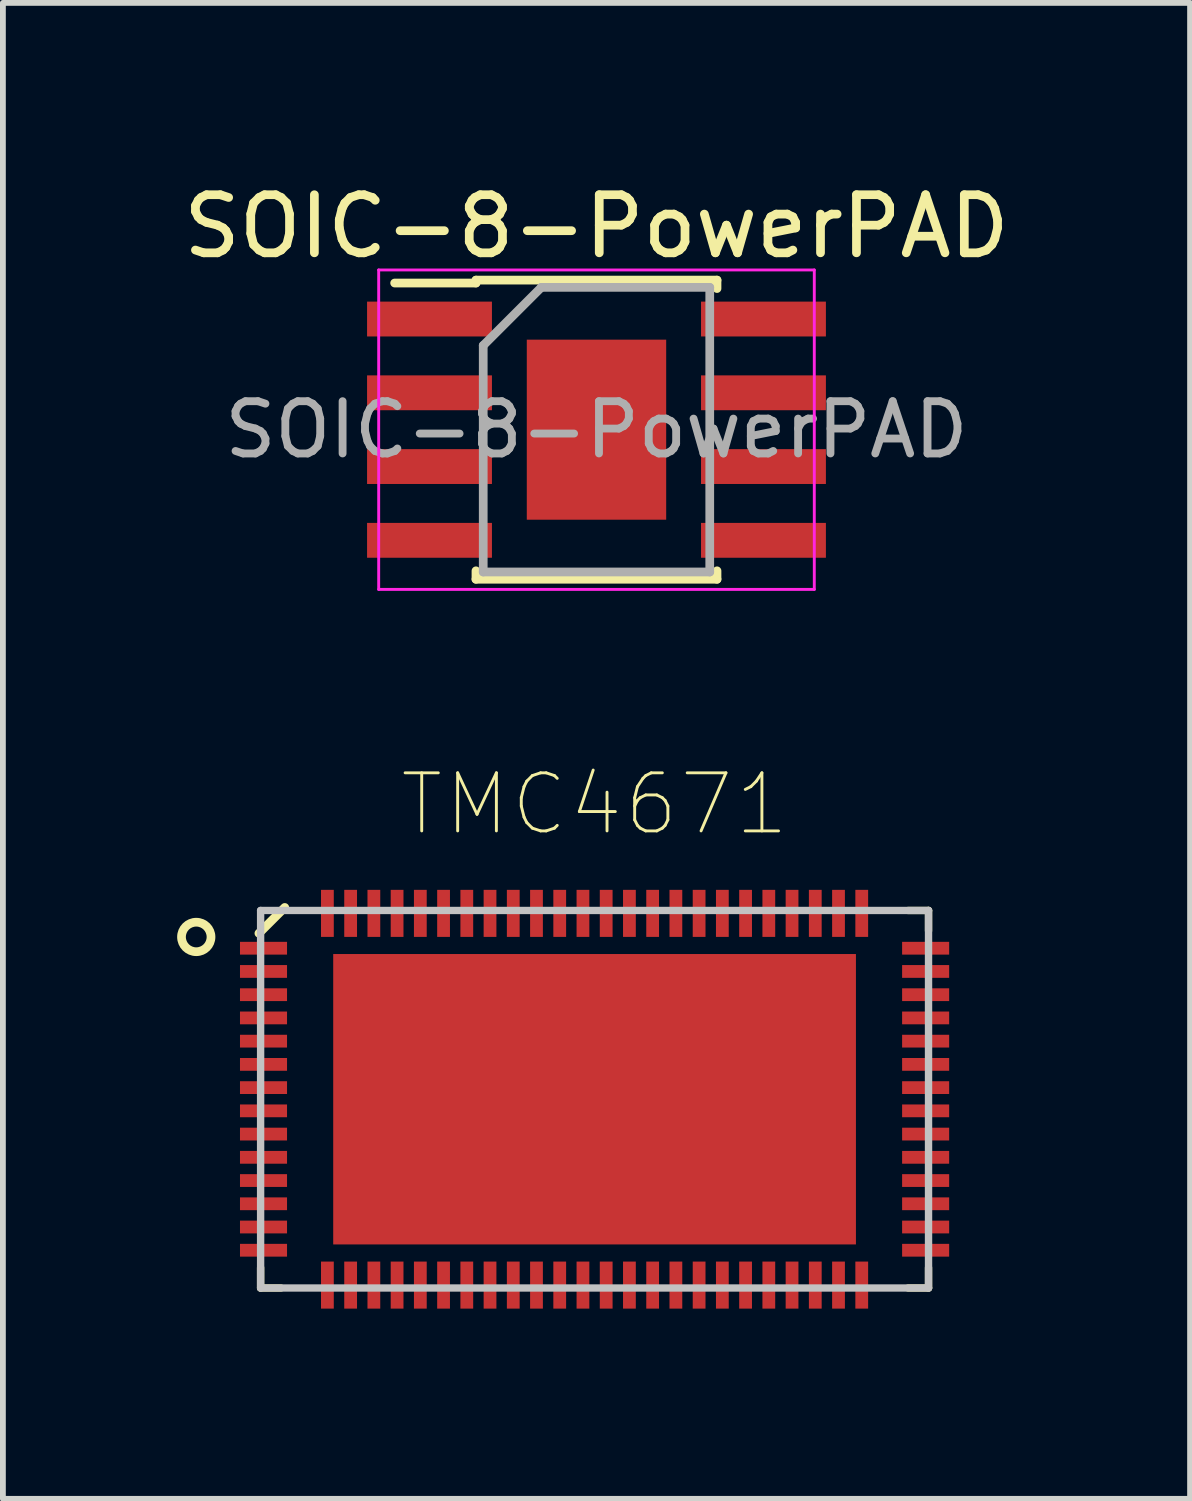
<source format=kicad_pcb>
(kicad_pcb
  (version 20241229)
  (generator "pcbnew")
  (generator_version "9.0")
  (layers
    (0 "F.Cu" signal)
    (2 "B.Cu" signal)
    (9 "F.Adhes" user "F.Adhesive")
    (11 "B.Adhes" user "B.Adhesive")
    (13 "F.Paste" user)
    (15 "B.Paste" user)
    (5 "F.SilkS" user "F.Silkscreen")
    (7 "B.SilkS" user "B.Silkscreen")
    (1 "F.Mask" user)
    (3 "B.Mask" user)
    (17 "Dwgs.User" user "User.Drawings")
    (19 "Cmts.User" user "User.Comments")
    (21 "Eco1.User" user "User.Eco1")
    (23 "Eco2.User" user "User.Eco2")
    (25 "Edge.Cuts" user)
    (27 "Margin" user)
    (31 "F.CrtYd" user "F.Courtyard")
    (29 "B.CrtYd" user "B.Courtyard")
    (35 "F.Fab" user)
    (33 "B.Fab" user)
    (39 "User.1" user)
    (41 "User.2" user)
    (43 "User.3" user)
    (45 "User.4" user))
  (footprint "TMC4671"
    (layer "F.Cu")
    (at 7.187 15.876)
    (property "Reference" "TMC4671" (at 0 -5.08 0) (layer "F.SilkS") (effects (font (size 1 1) (thickness 0.05))))
    (attr smd)
    (fp_line (start -5.779 -2.857) (end -5.334 -3.302) (stroke (width 0.15) (type solid)) (layer "F.SilkS"))
    (fp_line (start -5.75 3.25) (end -5.75 2.9) (stroke (width 0.127) (type solid)) (layer "F.SilkS"))
    (fp_line (start -5.75 3.25) (end -5.4 3.25) (stroke (width 0.127) (type solid)) (layer "F.SilkS"))
    (fp_line (start 5.75 -3.25) (end 5.4 -3.25) (stroke (width 0.127) (type solid)) (layer "F.SilkS"))
    (fp_line (start 5.75 -3.25) (end 5.75 -2.9) (stroke (width 0.127) (type solid)) (layer "F.SilkS"))
    (fp_line (start 5.75 3.25) (end 5.4 3.25) (stroke (width 0.127) (type solid)) (layer "F.SilkS"))
    (fp_line (start 5.75 3.25) (end 5.75 2.9) (stroke (width 0.127) (type solid)) (layer "F.SilkS"))
    (fp_circle (center -6.858 -2.794) (end -6.604 -2.794) (stroke (width 0.15) (type solid)) (fill no) (layer "F.SilkS"))
    (fp_poly (pts (xy -3.92 -0.32) (xy -3.92 -2.18) (xy -0.58 -2.18) (xy -0.58 -0.32)) (stroke (width 0) (type solid)) (fill yes) (layer "F.Paste"))
    (fp_poly (pts (xy -3.92 2.18) (xy -3.92 0.32) (xy -0.58 0.32) (xy -0.58 2.18)) (stroke (width 0) (type solid)) (fill yes) (layer "F.Paste"))
    (fp_poly (pts (xy 0.58 -0.32) (xy 0.58 -2.18) (xy 3.92 -2.18) (xy 3.92 -0.32)) (stroke (width 0) (type solid)) (fill yes) (layer "F.Paste"))
    (fp_poly (pts (xy 0.58 2.18) (xy 0.58 0.32) (xy 3.92 0.32) (xy 3.92 2.18)) (stroke (width 0) (type solid)) (fill yes) (layer "F.Paste"))
    (fp_line (start -5.75 -3.25) (end -5.75 3.25) (stroke (width 0.127) (type solid)) (layer "Dwgs.User"))
    (fp_line (start 5.75 -3.25) (end -5.75 -3.25) (stroke (width 0.127) (type solid)) (layer "Dwgs.User"))
    (fp_line (start 5.75 -3.25) (end 5.75 3.25) (stroke (width 0.127) (type solid)) (layer "Dwgs.User"))
    (fp_line (start 5.75 3.25) (end -5.75 3.25) (stroke (width 0.127) (type solid)) (layer "Dwgs.User"))
    (fp_line (start -6.355 3.855) (end -6.355 -3.855) (stroke (width 0.05) (type solid)) (layer "Eco1.User"))
    (fp_line (start 6.355 -3.855) (end -6.355 -3.855) (stroke (width 0.05) (type solid)) (layer "Eco1.User"))
    (fp_line (start 6.355 3.855) (end -6.355 3.855) (stroke (width 0.05) (type solid)) (layer "Eco1.User"))
    (fp_line (start 6.355 3.855) (end 6.355 -3.855) (stroke (width 0.05) (type solid)) (layer "Eco1.User"))
    (pad "0" smd rect (at 0 0 90) (size 5 9) (layers "F.Cu" "F.Mask" "F.Paste"))
    (pad "1" smd rect (at -5.7 -2.6 180) (size 0.81 0.22) (layers "F.Cu" "F.Mask" "F.Paste"))
    (pad "2" smd rect (at -5.7 -2.2 180) (size 0.81 0.22) (layers "F.Cu" "F.Mask" "F.Paste"))
    (pad "3" smd rect (at -5.7 -1.8 180) (size 0.81 0.22) (layers "F.Cu" "F.Mask" "F.Paste"))
    (pad "4" smd rect (at -5.7 -1.4 180) (size 0.81 0.22) (layers "F.Cu" "F.Mask" "F.Paste"))
    (pad "5" smd rect (at -5.7 -1 180) (size 0.81 0.22) (layers "F.Cu" "F.Mask" "F.Paste"))
    (pad "6" smd rect (at -5.7 -0.6 180) (size 0.81 0.22) (layers "F.Cu" "F.Mask" "F.Paste"))
    (pad "7" smd rect (at -5.7 -0.2 180) (size 0.81 0.22) (layers "F.Cu" "F.Mask" "F.Paste"))
    (pad "8" smd rect (at -5.7 0.2 180) (size 0.81 0.22) (layers "F.Cu" "F.Mask" "F.Paste"))
    (pad "9" smd rect (at -5.7 0.6 180) (size 0.81 0.22) (layers "F.Cu" "F.Mask" "F.Paste"))
    (pad "10" smd rect (at -5.7 1 180) (size 0.81 0.22) (layers "F.Cu" "F.Mask" "F.Paste"))
    (pad "11" smd rect (at -5.7 1.4 180) (size 0.81 0.22) (layers "F.Cu" "F.Mask" "F.Paste"))
    (pad "12" smd rect (at -5.7 1.8 180) (size 0.81 0.22) (layers "F.Cu" "F.Mask" "F.Paste"))
    (pad "13" smd rect (at -5.7 2.2 180) (size 0.81 0.22) (layers "F.Cu" "F.Mask" "F.Paste"))
    (pad "14" smd rect (at -5.7 2.6 180) (size 0.81 0.22) (layers "F.Cu" "F.Mask" "F.Paste"))
    (pad "15" smd rect (at -4.6 3.2 90) (size 0.81 0.22) (layers "F.Cu" "F.Mask" "F.Paste"))
    (pad "16" smd rect (at -4.2 3.2 90) (size 0.81 0.22) (layers "F.Cu" "F.Mask" "F.Paste"))
    (pad "17" smd rect (at -3.8 3.2 90) (size 0.81 0.22) (layers "F.Cu" "F.Mask" "F.Paste"))
    (pad "18" smd rect (at -3.4 3.2 90) (size 0.81 0.22) (layers "F.Cu" "F.Mask" "F.Paste"))
    (pad "19" smd rect (at -3 3.2 90) (size 0.81 0.22) (layers "F.Cu" "F.Mask" "F.Paste"))
    (pad "20" smd rect (at -2.6 3.2 90) (size 0.81 0.22) (layers "F.Cu" "F.Mask" "F.Paste"))
    (pad "21" smd rect (at -2.2 3.2 90) (size 0.81 0.22) (layers "F.Cu" "F.Mask" "F.Paste"))
    (pad "22" smd rect (at -1.8 3.2 90) (size 0.81 0.22) (layers "F.Cu" "F.Mask" "F.Paste"))
    (pad "23" smd rect (at -1.4 3.2 90) (size 0.81 0.22) (layers "F.Cu" "F.Mask" "F.Paste"))
    (pad "24" smd rect (at -1 3.2 90) (size 0.81 0.22) (layers "F.Cu" "F.Mask" "F.Paste"))
    (pad "25" smd rect (at -0.6 3.2 90) (size 0.81 0.22) (layers "F.Cu" "F.Mask" "F.Paste"))
    (pad "26" smd rect (at -0.2 3.2 90) (size 0.81 0.22) (layers "F.Cu" "F.Mask" "F.Paste"))
    (pad "27" smd rect (at 0.2 3.2 90) (size 0.81 0.22) (layers "F.Cu" "F.Mask" "F.Paste"))
    (pad "28" smd rect (at 0.6 3.2 90) (size 0.81 0.22) (layers "F.Cu" "F.Mask" "F.Paste"))
    (pad "29" smd rect (at 1 3.2 90) (size 0.81 0.22) (layers "F.Cu" "F.Mask" "F.Paste"))
    (pad "30" smd rect (at 1.4 3.2 90) (size 0.81 0.22) (layers "F.Cu" "F.Mask" "F.Paste"))
    (pad "31" smd rect (at 1.8 3.2 90) (size 0.81 0.22) (layers "F.Cu" "F.Mask" "F.Paste"))
    (pad "32" smd rect (at 2.2 3.2 90) (size 0.81 0.22) (layers "F.Cu" "F.Mask" "F.Paste"))
    (pad "33" smd rect (at 2.6 3.2 90) (size 0.81 0.22) (layers "F.Cu" "F.Mask" "F.Paste"))
    (pad "34" smd rect (at 3 3.2 90) (size 0.81 0.22) (layers "F.Cu" "F.Mask" "F.Paste"))
    (pad "35" smd rect (at 3.4 3.2 90) (size 0.81 0.22) (layers "F.Cu" "F.Mask" "F.Paste"))
    (pad "36" smd rect (at 3.8 3.2 90) (size 0.81 0.22) (layers "F.Cu" "F.Mask" "F.Paste"))
    (pad "37" smd rect (at 4.2 3.2 90) (size 0.81 0.22) (layers "F.Cu" "F.Mask" "F.Paste"))
    (pad "38" smd rect (at 4.6 3.2 90) (size 0.81 0.22) (layers "F.Cu" "F.Mask" "F.Paste"))
    (pad "39" smd rect (at 5.7 2.6 180) (size 0.81 0.22) (layers "F.Cu" "F.Mask" "F.Paste"))
    (pad "40" smd rect (at 5.7 2.2 180) (size 0.81 0.22) (layers "F.Cu" "F.Mask" "F.Paste"))
    (pad "41" smd rect (at 5.7 1.8 180) (size 0.81 0.22) (layers "F.Cu" "F.Mask" "F.Paste"))
    (pad "42" smd rect (at 5.7 1.4 180) (size 0.81 0.22) (layers "F.Cu" "F.Mask" "F.Paste"))
    (pad "43" smd rect (at 5.7 1 180) (size 0.81 0.22) (layers "F.Cu" "F.Mask" "F.Paste"))
    (pad "44" smd rect (at 5.7 0.6 180) (size 0.81 0.22) (layers "F.Cu" "F.Mask" "F.Paste"))
    (pad "45" smd rect (at 5.7 0.2 180) (size 0.81 0.22) (layers "F.Cu" "F.Mask" "F.Paste"))
    (pad "46" smd rect (at 5.7 -0.2 180) (size 0.81 0.22) (layers "F.Cu" "F.Mask" "F.Paste"))
    (pad "47" smd rect (at 5.7 -0.6 180) (size 0.81 0.22) (layers "F.Cu" "F.Mask" "F.Paste"))
    (pad "48" smd rect (at 5.7 -1 180) (size 0.81 0.22) (layers "F.Cu" "F.Mask" "F.Paste"))
    (pad "49" smd rect (at 5.7 -1.4 180) (size 0.81 0.22) (layers "F.Cu" "F.Mask" "F.Paste"))
    (pad "50" smd rect (at 5.7 -1.8 180) (size 0.81 0.22) (layers "F.Cu" "F.Mask" "F.Paste"))
    (pad "51" smd rect (at 5.7 -2.2 180) (size 0.81 0.22) (layers "F.Cu" "F.Mask" "F.Paste"))
    (pad "52" smd rect (at 5.7 -2.6 180) (size 0.81 0.22) (layers "F.Cu" "F.Mask" "F.Paste"))
    (pad "53" smd rect (at 4.6 -3.2 90) (size 0.81 0.22) (layers "F.Cu" "F.Mask" "F.Paste"))
    (pad "54" smd rect (at 4.2 -3.2 90) (size 0.81 0.22) (layers "F.Cu" "F.Mask" "F.Paste"))
    (pad "55" smd rect (at 3.8 -3.2 90) (size 0.81 0.22) (layers "F.Cu" "F.Mask" "F.Paste"))
    (pad "56" smd rect (at 3.4 -3.2 90) (size 0.81 0.22) (layers "F.Cu" "F.Mask" "F.Paste"))
    (pad "57" smd rect (at 3 -3.2 90) (size 0.81 0.22) (layers "F.Cu" "F.Mask" "F.Paste"))
    (pad "58" smd rect (at 2.6 -3.2 90) (size 0.81 0.22) (layers "F.Cu" "F.Mask" "F.Paste"))
    (pad "59" smd rect (at 2.2 -3.2 90) (size 0.81 0.22) (layers "F.Cu" "F.Mask" "F.Paste"))
    (pad "60" smd rect (at 1.8 -3.2 90) (size 0.81 0.22) (layers "F.Cu" "F.Mask" "F.Paste"))
    (pad "61" smd rect (at 1.4 -3.2 90) (size 0.81 0.22) (layers "F.Cu" "F.Mask" "F.Paste"))
    (pad "62" smd rect (at 1 -3.2 90) (size 0.81 0.22) (layers "F.Cu" "F.Mask" "F.Paste"))
    (pad "63" smd rect (at 0.6 -3.2 90) (size 0.81 0.22) (layers "F.Cu" "F.Mask" "F.Paste"))
    (pad "64" smd rect (at 0.2 -3.2 90) (size 0.81 0.22) (layers "F.Cu" "F.Mask" "F.Paste"))
    (pad "65" smd rect (at -0.2 -3.2 90) (size 0.81 0.22) (layers "F.Cu" "F.Mask" "F.Paste"))
    (pad "66" smd rect (at -0.6 -3.2 90) (size 0.81 0.22) (layers "F.Cu" "F.Mask" "F.Paste"))
    (pad "67" smd rect (at -1 -3.2 90) (size 0.81 0.22) (layers "F.Cu" "F.Mask" "F.Paste"))
    (pad "68" smd rect (at -1.4 -3.2 90) (size 0.81 0.22) (layers "F.Cu" "F.Mask" "F.Paste"))
    (pad "69" smd rect (at -1.8 -3.2 90) (size 0.81 0.22) (layers "F.Cu" "F.Mask" "F.Paste"))
    (pad "70" smd rect (at -2.2 -3.2 90) (size 0.81 0.22) (layers "F.Cu" "F.Mask" "F.Paste"))
    (pad "71" smd rect (at -2.6 -3.2 90) (size 0.81 0.22) (layers "F.Cu" "F.Mask" "F.Paste"))
    (pad "72" smd rect (at -3 -3.2 90) (size 0.81 0.22) (layers "F.Cu" "F.Mask" "F.Paste"))
    (pad "73" smd rect (at -3.4 -3.2 90) (size 0.81 0.22) (layers "F.Cu" "F.Mask" "F.Paste"))
    (pad "74" smd rect (at -3.8 -3.2 90) (size 0.81 0.22) (layers "F.Cu" "F.Mask" "F.Paste"))
    (pad "75" smd rect (at -4.2 -3.2 90) (size 0.81 0.22) (layers "F.Cu" "F.Mask" "F.Paste"))
    (pad "76" smd rect (at -4.6 -3.2 90) (size 0.81 0.22) (layers "F.Cu" "F.Mask" "F.Paste")))
  (footprint "SOIC-8-PowerPAD"
    (layer "F.Cu")
    (at 7.22 4.348)
    (property "Reference" "SOIC-8-PowerPAD" (at 0 -3.5 0) (layer "F.SilkS") (effects (font (size 1 1) (thickness 0.15))))
    (attr smd)
    (fp_line (start -2.075 -2.575) (end -2.075 -2.525) (stroke (width 0.15) (type solid)) (layer "F.SilkS"))
    (fp_line (start -2.075 -2.575) (end 2.075 -2.575) (stroke (width 0.15) (type solid)) (layer "F.SilkS"))
    (fp_line (start -2.075 -2.525) (end -3.475 -2.525) (stroke (width 0.15) (type solid)) (layer "F.SilkS"))
    (fp_line (start -2.075 2.575) (end -2.075 2.43) (stroke (width 0.15) (type solid)) (layer "F.SilkS"))
    (fp_line (start -2.075 2.575) (end 2.075 2.575) (stroke (width 0.15) (type solid)) (layer "F.SilkS"))
    (fp_line (start 2.075 -2.575) (end 2.075 -2.43) (stroke (width 0.15) (type solid)) (layer "F.SilkS"))
    (fp_line (start 2.075 2.575) (end 2.075 2.43) (stroke (width 0.15) (type solid)) (layer "F.SilkS"))
    (fp_line (start -3.75 -2.75) (end -3.75 2.75) (stroke (width 0.05) (type solid)) (layer "F.CrtYd"))
    (fp_line (start -3.75 -2.75) (end 3.75 -2.75) (stroke (width 0.05) (type solid)) (layer "F.CrtYd"))
    (fp_line (start -3.75 2.75) (end 3.75 2.75) (stroke (width 0.05) (type solid)) (layer "F.CrtYd"))
    (fp_line (start 3.75 -2.75) (end 3.75 2.75) (stroke (width 0.05) (type solid)) (layer "F.CrtYd"))
    (fp_line (start -1.95 -1.45) (end -0.95 -2.45) (stroke (width 0.15) (type solid)) (layer "F.Fab"))
    (fp_line (start -1.95 2.45) (end -1.95 -1.45) (stroke (width 0.15) (type solid)) (layer "F.Fab"))
    (fp_line (start -0.95 -2.45) (end 1.95 -2.45) (stroke (width 0.15) (type solid)) (layer "F.Fab"))
    (fp_line (start 1.95 -2.45) (end 1.95 2.45) (stroke (width 0.15) (type solid)) (layer "F.Fab"))
    (fp_line (start 1.95 2.45) (end -1.95 2.45) (stroke (width 0.15) (type solid)) (layer "F.Fab"))
    (fp_text user "${REFERENCE}" (at 0 0 0) (layer "F.Fab") (effects (font (size 0.9 0.9) (thickness 0.135))))
    (pad "" smd rect (at -0.588 -0.588) (size 0.95 0.95) (layers "F.Paste"))
    (pad "" smd rect (at -0.588 0.588) (size 0.95 0.95) (layers "F.Paste"))
    (pad "" smd rect (at 0.588 -0.588) (size 0.95 0.95) (layers "F.Paste"))
    (pad "" smd rect (at 0.588 0.588) (size 0.95 0.95) (layers "F.Paste"))
    (pad "0" smd rect (at 0 0) (size 2.4 3.1) (layers "F.Cu" "F.Mask"))
    (pad "1" smd rect (at -2.875 -1.905) (size 2.15 0.6) (layers "F.Cu" "F.Mask" "F.Paste"))
    (pad "2" smd rect (at -2.875 -0.635) (size 2.15 0.6) (layers "F.Cu" "F.Mask" "F.Paste"))
    (pad "3" smd rect (at -2.875 0.635) (size 2.15 0.6) (layers "F.Cu" "F.Mask" "F.Paste"))
    (pad "4" smd rect (at -2.875 1.905) (size 2.15 0.6) (layers "F.Cu" "F.Mask" "F.Paste"))
    (pad "5" smd rect (at 2.875 1.905) (size 2.15 0.6) (layers "F.Cu" "F.Mask" "F.Paste"))
    (pad "6" smd rect (at 2.875 0.635) (size 2.15 0.6) (layers "F.Cu" "F.Mask" "F.Paste"))
    (pad "7" smd rect (at 2.875 -0.635) (size 2.15 0.6) (layers "F.Cu" "F.Mask" "F.Paste"))
    (pad "8" smd rect (at 2.875 -1.905) (size 2.15 0.6) (layers "F.Cu" "F.Mask" "F.Paste")))
  (gr_rect
    (start -3 -3)
    (end 17.44 22.756)
    (stroke (width 0.1) (type default))
    (fill no)
    (layer "Edge.Cuts")))
</source>
